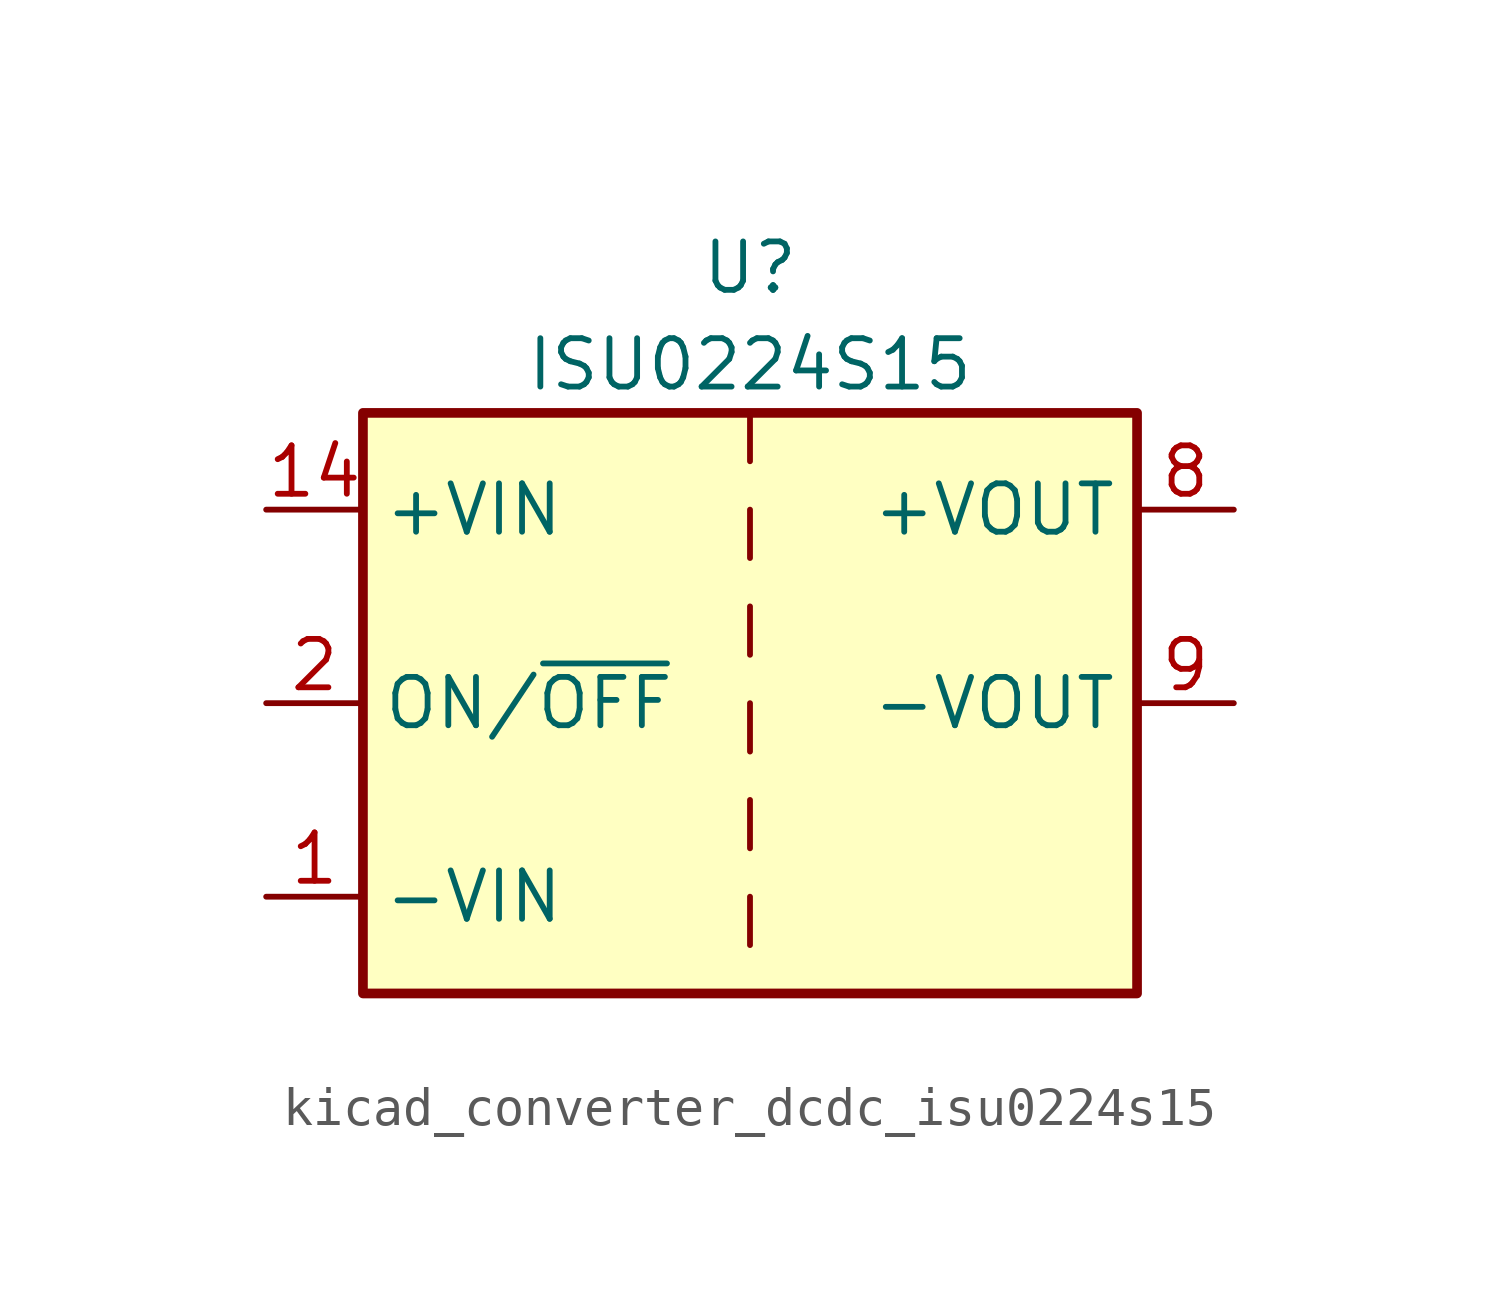
<source format=kicad_sym>
(kicad_symbol_lib
  (version 20220914)
  (generator kicad_symbol_editor)
  (symbol "kicad_converter_dcdc_isu0224s15"
    (property "Reference" "U"
      (at 0 11.43 0)
      (effects (font (size 1.27 1.27))))
    (property "Value" "ISU0224S15"
      (at 0 8.89 0)
      (effects (font (size 1.27 1.27))))
    (symbol "kicad_converter_dcdc_isu0224s15_0_1"
      (rectangle (start -10.16 7.62) (end 10.16 -7.62) (stroke (width 0.254) (type default)) (fill (type background)))
      (polyline (pts (xy 0 -5.08) (xy 0 -6.35)) (stroke (width 0) (type default)) (fill (type none)))
      (polyline (pts (xy 0 -2.54) (xy 0 -3.81)) (stroke (width 0) (type default)) (fill (type none)))
      (polyline (pts (xy 0 0) (xy 0 -1.27)) (stroke (width 0) (type default)) (fill (type none)))
      (polyline (pts (xy 0 2.54) (xy 0 1.27)) (stroke (width 0) (type default)) (fill (type none)))
      (polyline (pts (xy 0 5.08) (xy 0 3.81)) (stroke (width 0) (type default)) (fill (type none)))
      (polyline (pts (xy 0 7.62) (xy 0 6.35)) (stroke (width 0) (type default)) (fill (type none))))
    (symbol "kicad_converter_dcdc_isu0224s15_1_1"
      (pin power_in line (at -12.7 -5.08 0) (length 2.54) (name "-VIN" (effects (font (size 1.27 1.27)))) (number "1" (effects (font (size 1.27 1.27)))))
      (pin power_in line (at -12.7 5.08 0) (length 2.54) (name "+VIN" (effects (font (size 1.27 1.27)))) (number "14" (effects (font (size 1.27 1.27)))))
      (pin input line (at -12.7 0 0) (length 2.54) (name "ON/~{OFF}" (effects (font (size 1.27 1.27)))) (number "2" (effects (font (size 1.27 1.27)))))
      (pin no_connect line (at 10.16 -2.54 180) (length 2.54) hide (name "NC" (effects (font (size 1.27 1.27)))) (number "6" (effects (font (size 1.27 1.27)))))
      (pin no_connect line (at 10.16 -5.08 180) (length 2.54) hide (name "NC" (effects (font (size 1.27 1.27)))) (number "7" (effects (font (size 1.27 1.27)))))
      (pin power_out line (at 12.7 5.08 180) (length 2.54) (name "+VOUT" (effects (font (size 1.27 1.27)))) (number "8" (effects (font (size 1.27 1.27)))))
      (pin power_out line (at 12.7 0 180) (length 2.54) (name "-VOUT" (effects (font (size 1.27 1.27)))) (number "9" (effects (font (size 1.27 1.27))))))))
</source>
